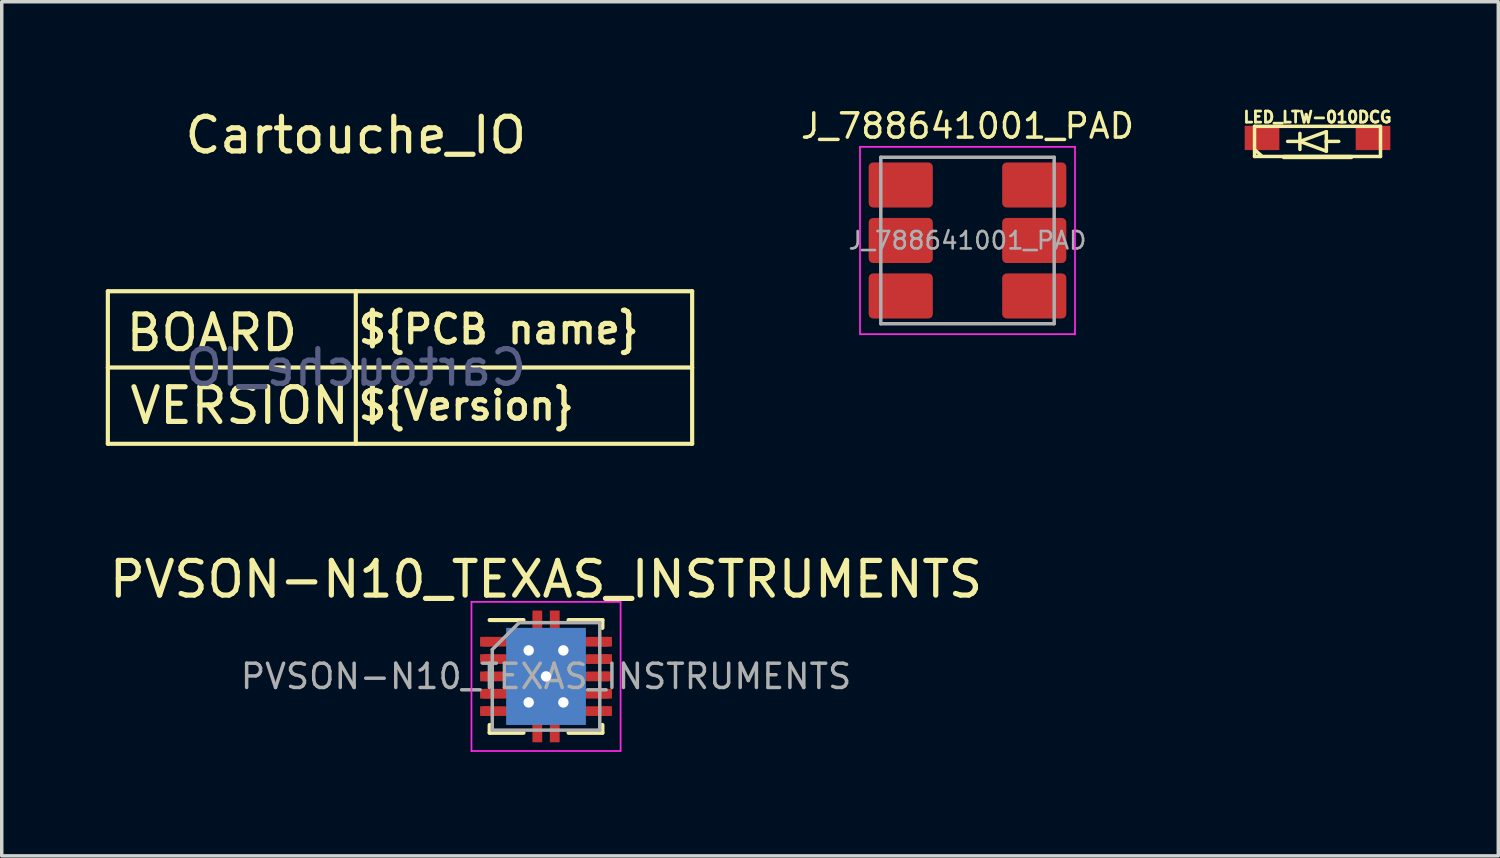
<source format=kicad_pcb>
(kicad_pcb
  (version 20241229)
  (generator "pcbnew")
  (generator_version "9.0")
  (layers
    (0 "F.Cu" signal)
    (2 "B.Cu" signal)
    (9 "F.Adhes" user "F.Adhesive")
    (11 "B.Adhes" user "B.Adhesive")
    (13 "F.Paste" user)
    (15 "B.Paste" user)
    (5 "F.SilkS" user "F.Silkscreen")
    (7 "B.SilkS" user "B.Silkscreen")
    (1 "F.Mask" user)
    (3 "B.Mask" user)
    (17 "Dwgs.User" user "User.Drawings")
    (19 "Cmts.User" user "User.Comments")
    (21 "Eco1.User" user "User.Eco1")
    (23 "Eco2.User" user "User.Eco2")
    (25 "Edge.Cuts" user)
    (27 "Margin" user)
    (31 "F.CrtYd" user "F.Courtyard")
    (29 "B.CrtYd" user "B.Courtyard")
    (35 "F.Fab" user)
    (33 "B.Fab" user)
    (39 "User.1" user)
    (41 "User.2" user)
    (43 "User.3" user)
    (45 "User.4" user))
  (footprint "Cartouche_IO"
    (layer "F.Cu")
    (at 7.21 7.548)
    (property "Reference" "Cartouche_IO" (at 0 -6.7 0) (unlocked yes) (layer "F.SilkS") (effects (font (size 1 1) (thickness 0.15))))
    (attr smd)
    (fp_line (start -7.15 2.2) (end -7.15 -2.2) (stroke (width 0.12) (type solid)) (layer "F.SilkS"))
    (fp_line (start 0 2.2) (end 0 -2.2) (stroke (width 0.12) (type solid)) (layer "F.SilkS"))
    (fp_line (start 9.7 -2.2) (end -7.15 -2.2) (stroke (width 0.12) (type solid)) (layer "F.SilkS"))
    (fp_line (start 9.7 0) (end -7.15 0) (stroke (width 0.12) (type solid)) (layer "F.SilkS"))
    (fp_line (start 9.7 2.2) (end -7.15 2.2) (stroke (width 0.12) (type solid)) (layer "F.SilkS"))
    (fp_line (start 9.7 2.2) (end 9.7 -2.2) (stroke (width 0.12) (type solid)) (layer "F.SilkS"))
    (fp_text user "BOARD" (at -4.15 -1 0) (layer "F.SilkS") (effects (font (size 1 1) (thickness 0.15))))
    (fp_text user "${PCB name}" (at 0 -1.1 0) (unlocked yes) (layer "F.SilkS") (effects (font (size 0.8 0.8) (thickness 0.15)) (justify left)))
    (fp_text user "VERSION" (at -3.35 1.1 0) (layer "F.SilkS") (effects (font (size 1 1) (thickness 0.15))))
    (fp_text user "${Version}" (at 0 1.1 0) (unlocked yes) (layer "F.SilkS") (effects (font (size 0.8 0.8) (thickness 0.15)) (justify left)))
    (fp_text user "${REFERENCE}" (at 0 0 0) (unlocked yes) (layer "B.Fab") (effects (font (size 1 1) (thickness 0.15)) (justify mirror))))
  (footprint "J_788641001_PAD"
    (layer "F.Cu")
    (at 24.85 3.885)
    (property "Reference" "J_788641001_PAD" (at 0 -3.3 0) (layer "F.SilkS") (effects (font (size 0.7 0.7) (thickness 0.1))))
    (attr smd)
    (fp_line (start -3.1 -2.7) (end -3.1 2.7) (stroke (width 0.05) (type solid)) (layer "F.CrtYd"))
    (fp_line (start -3.1 -2.7) (end 3.1 -2.7) (stroke (width 0.05) (type solid)) (layer "F.CrtYd"))
    (fp_line (start -3.1 2.7) (end 3.1 2.7) (stroke (width 0.05) (type solid)) (layer "F.CrtYd"))
    (fp_line (start 3.1 -2.7) (end 3.1 2.7) (stroke (width 0.05) (type solid)) (layer "F.CrtYd"))
    (fp_line (start -2.5 -2.4) (end -2.5 2.4) (stroke (width 0.1) (type solid)) (layer "F.Fab"))
    (fp_line (start -2.5 -2.4) (end 2.5 -2.4) (stroke (width 0.1) (type solid)) (layer "F.Fab"))
    (fp_line (start -2.5 2.4) (end 2.5 2.4) (stroke (width 0.1) (type solid)) (layer "F.Fab"))
    (fp_line (start 2.5 -2.4) (end 2.5 2.4) (stroke (width 0.1) (type solid)) (layer "F.Fab"))
    (fp_text user "${REFERENCE}" (at 0 0 0) (layer "F.Fab") (effects (font (size 0.5 0.5) (thickness 0.075))))
    (pad "1" smd roundrect (at -1.925 1.6 90) (size 1.3 1.85) (layers "F.Cu" "F.Mask" "F.Paste") (roundrect_rratio 0.1))
    (pad "2" smd roundrect (at -1.925 0 90) (size 1.3 1.85) (layers "F.Cu" "F.Mask" "F.Paste") (roundrect_rratio 0.1))
    (pad "3" smd roundrect (at -1.925 -1.6 90) (size 1.3 1.85) (layers "F.Cu" "F.Mask" "F.Paste") (roundrect_rratio 0.1))
    (pad "4" smd roundrect (at 1.925 -1.6 90) (size 1.3 1.85) (layers "F.Cu" "F.Mask" "F.Paste") (roundrect_rratio 0.1))
    (pad "5" smd roundrect (at 1.925 0 90) (size 1.3 1.85) (layers "F.Cu" "F.Mask" "F.Paste") (roundrect_rratio 0.1))
    (pad "6" smd roundrect (at 1.925 1.6 90) (size 1.3 1.85) (layers "F.Cu" "F.Mask" "F.Paste") (roundrect_rratio 0.1)))
  (footprint "PVSON-N10_TEXAS_INSTRUMENTS"
    (layer "F.Cu")
    (at 12.696 16.456)
    (property "Reference" "PVSON-N10_TEXAS_INSTRUMENTS" (at 0 -2.8 0) (layer "F.SilkS") (effects (font (size 1 1) (thickness 0.15))))
    (attr smd)
    (fp_line (start -1.625 -1.625) (end -0.65 -1.625) (stroke (width 0.12) (type solid)) (layer "F.SilkS"))
    (fp_line (start -1.625 1.625) (end -1.625 1.4) (stroke (width 0.12) (type solid)) (layer "F.SilkS"))
    (fp_line (start -1.625 1.625) (end -0.65 1.625) (stroke (width 0.12) (type solid)) (layer "F.SilkS"))
    (fp_line (start 0.65 -1.625) (end 1.625 -1.625) (stroke (width 0.12) (type solid)) (layer "F.SilkS"))
    (fp_line (start 0.65 1.625) (end 1.625 1.625) (stroke (width 0.12) (type solid)) (layer "F.SilkS"))
    (fp_line (start 1.625 -1.4) (end 1.625 -1.625) (stroke (width 0.12) (type solid)) (layer "F.SilkS"))
    (fp_line (start 1.625 1.4) (end 1.625 1.625) (stroke (width 0.12) (type solid)) (layer "F.SilkS"))
    (fp_line (start -2.15 -2.15) (end -2.15 2.15) (stroke (width 0.05) (type solid)) (layer "F.CrtYd"))
    (fp_line (start -2.15 -2.15) (end 2.15 -2.15) (stroke (width 0.05) (type solid)) (layer "F.CrtYd"))
    (fp_line (start -2.15 2.15) (end 2.15 2.15) (stroke (width 0.05) (type solid)) (layer "F.CrtYd"))
    (fp_line (start 2.15 -2.15) (end 2.15 2.15) (stroke (width 0.05) (type solid)) (layer "F.CrtYd"))
    (fp_line (start -1.55 1.55) (end -1.55 -0.775) (stroke (width 0.1) (type solid)) (layer "F.Fab"))
    (fp_line (start -0.775 -1.55) (end -1.55 -0.775) (stroke (width 0.1) (type solid)) (layer "F.Fab"))
    (fp_line (start -0.775 -1.55) (end 1.55 -1.55) (stroke (width 0.1) (type solid)) (layer "F.Fab"))
    (fp_line (start 1.55 -1.55) (end 1.55 1.55) (stroke (width 0.1) (type solid)) (layer "F.Fab"))
    (fp_line (start 1.55 1.55) (end -1.55 1.55) (stroke (width 0.1) (type solid)) (layer "F.Fab"))
    (fp_text user "${REFERENCE}" (at 0 0 0) (layer "F.Fab") (effects (font (size 0.7 0.7) (thickness 0.1))))
    (pad "1" smd rect (at -1.76 -1) (size 0.28 0.28) (layers "F.Cu" "F.Mask" "F.Paste"))
    (pad "1" smd oval (at -1.475 -1) (size 0.85 0.28) (layers "F.Cu" "F.Mask" "F.Paste"))
    (pad "2" smd rect (at -1.76 -0.5) (size 0.28 0.28) (layers "F.Cu" "F.Mask" "F.Paste"))
    (pad "2" smd oval (at -1.475 -0.5) (size 0.85 0.28) (layers "F.Cu" "F.Mask" "F.Paste"))
    (pad "3" smd rect (at -1.76 0) (size 0.28 0.28) (layers "F.Cu" "F.Mask" "F.Paste"))
    (pad "3" smd oval (at -1.475 0) (size 0.85 0.28) (layers "F.Cu" "F.Mask" "F.Paste"))
    (pad "4" smd rect (at -1.76 0.5) (size 0.28 0.28) (layers "F.Cu" "F.Mask" "F.Paste"))
    (pad "4" smd oval (at -1.475 0.5) (size 0.85 0.28) (layers "F.Cu" "F.Mask" "F.Paste"))
    (pad "5" smd rect (at -1.76 1) (size 0.28 0.28) (layers "F.Cu" "F.Mask" "F.Paste"))
    (pad "5" smd oval (at -1.475 1) (size 0.85 0.28) (layers "F.Cu" "F.Mask" "F.Paste"))
    (pad "6" smd oval (at 1.475 1) (size 0.85 0.28) (layers "F.Cu" "F.Mask" "F.Paste"))
    (pad "6" smd rect (at 1.76 1) (size 0.28 0.28) (layers "F.Cu" "F.Mask" "F.Paste"))
    (pad "7" smd oval (at 1.475 0.5) (size 0.85 0.28) (layers "F.Cu" "F.Mask" "F.Paste"))
    (pad "7" smd rect (at 1.76 0.5) (size 0.28 0.28) (layers "F.Cu" "F.Mask" "F.Paste"))
    (pad "8" smd oval (at 1.475 0) (size 0.85 0.28) (layers "F.Cu" "F.Mask" "F.Paste"))
    (pad "8" smd rect (at 1.76 0) (size 0.28 0.28) (layers "F.Cu" "F.Mask" "F.Paste"))
    (pad "9" smd oval (at 1.475 -0.5) (size 0.85 0.28) (layers "F.Cu" "F.Mask" "F.Paste"))
    (pad "9" smd rect (at 1.76 -0.5) (size 0.28 0.28) (layers "F.Cu" "F.Mask" "F.Paste"))
    (pad "10" smd oval (at 1.475 -1) (size 0.85 0.28) (layers "F.Cu" "F.Mask" "F.Paste"))
    (pad "10" smd rect (at 1.76 -1) (size 0.28 0.28) (layers "F.Cu" "F.Mask" "F.Paste"))
    (pad "11" thru_hole circle (at -0.5 -0.75) (size 0.6 0.6) (drill 0.3) (layers "*.Cu" "*.Mask"))
    (pad "11" thru_hole circle (at -0.5 0.75) (size 0.6 0.6) (drill 0.3) (layers "*.Cu" "*.Mask"))
    (pad "11" smd rect (at -0.45 -0.635) (size 0.68 1.05) (layers "F.Cu" "F.Mask" "F.Paste"))
    (pad "11" smd rect (at -0.45 0.635) (size 0.68 1.05) (layers "F.Cu" "F.Mask" "F.Paste"))
    (pad "11" smd rect (at -0.25 -1.63) (size 0.26 0.5) (layers "F.Cu" "F.Mask" "F.Paste"))
    (pad "11" smd rect (at -0.25 -1.55) (size 0.28 0.7) (layers "F.Cu" "F.Mask"))
    (pad "11" smd rect (at -0.25 1.55) (size 0.28 0.7) (layers "F.Cu" "F.Mask"))
    (pad "11" smd rect (at -0.25 1.63) (size 0.26 0.5) (layers "F.Cu" "F.Mask" "F.Paste"))
    (pad "11" thru_hole circle (at 0 0) (size 0.6 0.6) (drill 0.3) (layers "*.Cu" "*.Mask"))
    (pad "11" smd rect (at 0 0) (size 1.65 2.4) (layers "F.Cu" "F.Mask"))
    (pad "11" smd rect (at 0 0) (size 2.3 2.8) (layers "B.Cu"))
    (pad "11" smd rect (at 0.25 -1.63) (size 0.26 0.5) (layers "F.Cu" "F.Mask" "F.Paste"))
    (pad "11" smd rect (at 0.25 -1.55) (size 0.28 0.7) (layers "F.Cu" "F.Mask"))
    (pad "11" smd rect (at 0.25 1.55) (size 0.28 0.7) (layers "F.Cu" "F.Mask"))
    (pad "11" smd rect (at 0.25 1.63) (size 0.26 0.5) (layers "F.Cu" "F.Mask" "F.Paste"))
    (pad "11" smd rect (at 0.45 -0.635) (size 0.68 1.05) (layers "F.Cu" "F.Mask" "F.Paste"))
    (pad "11" smd rect (at 0.45 0.635) (size 0.68 1.05) (layers "F.Cu" "F.Mask" "F.Paste"))
    (pad "11" thru_hole circle (at 0.5 -0.75) (size 0.6 0.6) (drill 0.3) (layers "*.Cu" "*.Mask"))
    (pad "11" thru_hole circle (at 0.5 0.75) (size 0.6 0.6) (drill 0.3) (layers "*.Cu" "*.Mask")))
  (footprint "LED_LTW-010DCG"
    (layer "F.Cu")
    (at 34.944 1.028)
    (property "Reference" "LED_LTW-010DCG" (at 0 -0.7 0) (layer "F.SilkS") (effects (font (size 0.32 0.32) (thickness 0.15))))
    (attr smd)
    (fp_line (start -1.816 -0.435) (end 1.816 -0.435) (stroke (width 0.1) (type solid)) (layer "F.SilkS"))
    (fp_line (start -1.816 0.435) (end -1.816 -0.435) (stroke (width 0.1) (type solid)) (layer "F.SilkS"))
    (fp_line (start -1.8 0.25) (end -1.61 0.42) (stroke (width 0.1) (type solid)) (layer "F.SilkS"))
    (fp_line (start -0.97 0.45) (end 0.97 0.45) (stroke (width 0.127) (type solid)) (layer "F.SilkS"))
    (fp_line (start -0.862 0) (end -0.508 0) (stroke (width 0.1) (type solid)) (layer "F.SilkS"))
    (fp_line (start -0.508 -0.231) (end -0.508 0) (stroke (width 0.1) (type solid)) (layer "F.SilkS"))
    (fp_line (start -0.508 0) (end -0.508 0.231) (stroke (width 0.1) (type solid)) (layer "F.SilkS"))
    (fp_line (start -0.508 0) (end 0.254 -0.281) (stroke (width 0.1) (type solid)) (layer "F.SilkS"))
    (fp_line (start -0.508 0) (end 0.254 0.281) (stroke (width 0.1) (type solid)) (layer "F.SilkS"))
    (fp_line (start 0.254 0) (end 0.254 -0.281) (stroke (width 0.1) (type solid)) (layer "F.SilkS"))
    (fp_line (start 0.254 0) (end 0.254 0.281) (stroke (width 0.102) (type solid)) (layer "F.SilkS"))
    (fp_line (start 0.612 0) (end 0.254 0) (stroke (width 0.1) (type solid)) (layer "F.SilkS"))
    (fp_line (start 1.816 -0.435) (end 1.816 0.435) (stroke (width 0.101) (type solid)) (layer "F.SilkS"))
    (fp_line (start 1.816 0.435) (end -1.816 0.435) (stroke (width 0.1) (type solid)) (layer "F.SilkS"))
    (pad "1" smd rect (at 1.6 -0.1 180) (size 1 0.7) (layers "F.Cu" "F.Mask" "F.Paste"))
    (pad "2" smd rect (at -1.6 -0.1 180) (size 1 0.7) (layers "F.Cu" "F.Mask" "F.Paste")))
  (gr_rect
    (start -3 -3)
    (end 40.157 21.631)
    (stroke (width 0.1) (type default))
    (fill no)
    (layer "Edge.Cuts")))
</source>
